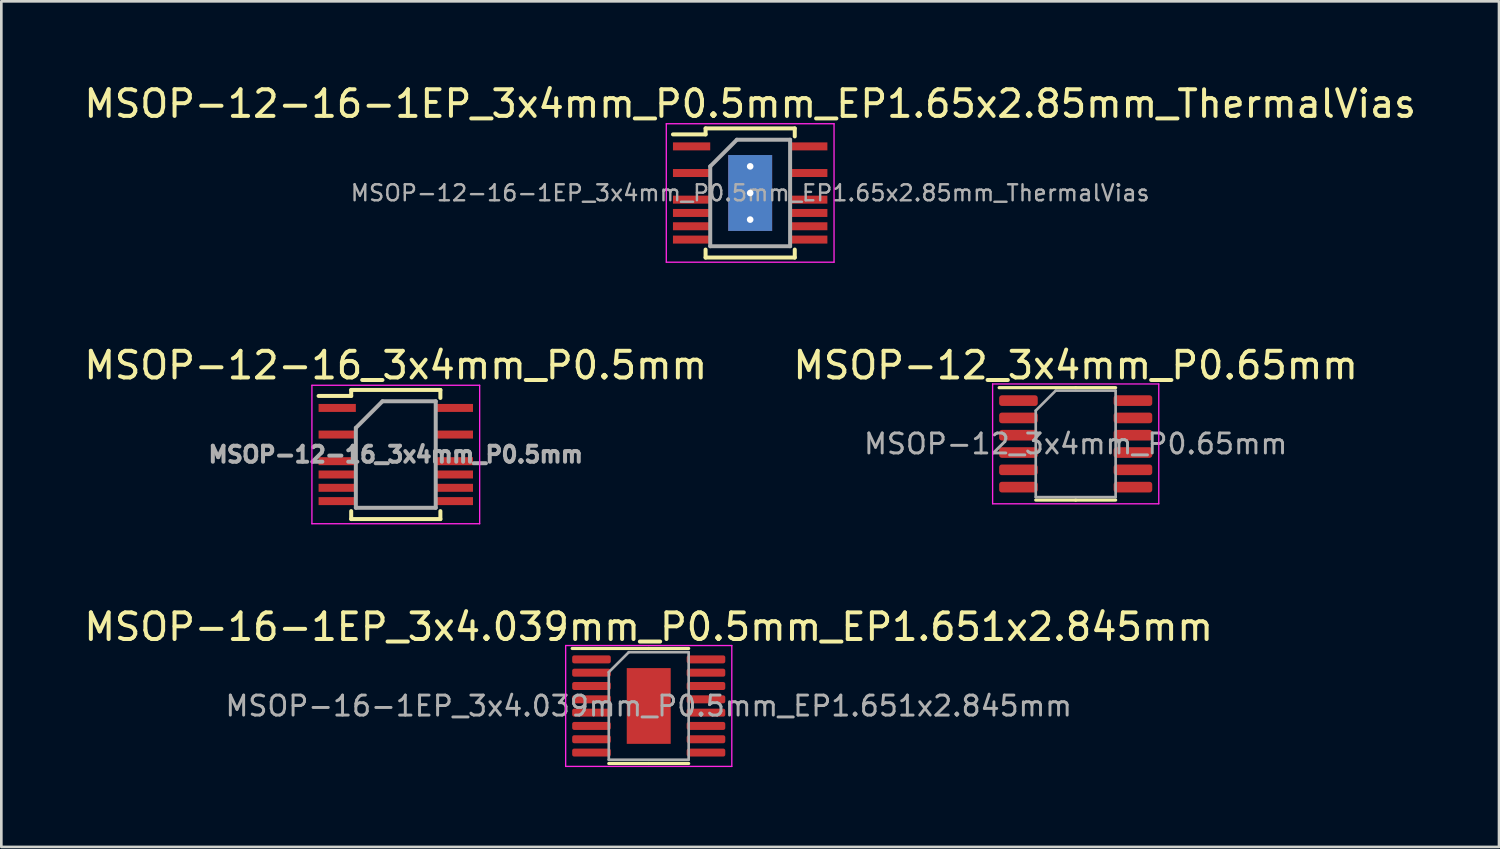
<source format=kicad_pcb>
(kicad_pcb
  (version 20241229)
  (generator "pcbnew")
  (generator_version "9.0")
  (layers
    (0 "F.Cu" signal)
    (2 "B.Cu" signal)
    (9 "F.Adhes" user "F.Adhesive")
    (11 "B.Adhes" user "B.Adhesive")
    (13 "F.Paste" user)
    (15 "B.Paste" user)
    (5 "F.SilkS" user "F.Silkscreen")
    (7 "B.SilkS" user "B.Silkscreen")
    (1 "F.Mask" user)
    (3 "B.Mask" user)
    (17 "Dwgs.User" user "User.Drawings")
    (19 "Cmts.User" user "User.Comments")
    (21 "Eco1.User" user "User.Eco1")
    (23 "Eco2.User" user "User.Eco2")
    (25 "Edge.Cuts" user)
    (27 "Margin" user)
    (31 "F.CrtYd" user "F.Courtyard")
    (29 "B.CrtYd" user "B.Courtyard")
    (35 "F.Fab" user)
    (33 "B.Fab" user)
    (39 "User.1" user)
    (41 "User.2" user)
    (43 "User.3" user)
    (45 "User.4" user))
  (footprint "MSOP-12-16_3x4mm_P0.5mm"
    (layer "F.Cu")
    (at 11.815 14.021)
    (property "Reference" "MSOP-12-16_3x4mm_P0.5mm" (at 0 -3.35 0) (layer "F.SilkS") (effects (font (size 1 1) (thickness 0.15))))
    (attr smd)
    (fp_line (start -1.675 -2.425) (end -1.675 -2.2) (stroke (width 0.15) (type solid)) (layer "F.SilkS"))
    (fp_line (start -1.675 -2.425) (end 1.675 -2.425) (stroke (width 0.15) (type solid)) (layer "F.SilkS"))
    (fp_line (start -1.675 -2.2) (end -2.9 -2.2) (stroke (width 0.15) (type solid)) (layer "F.SilkS"))
    (fp_line (start -1.675 2.425) (end -1.675 2.125) (stroke (width 0.15) (type solid)) (layer "F.SilkS"))
    (fp_line (start -1.675 2.425) (end 1.675 2.425) (stroke (width 0.15) (type solid)) (layer "F.SilkS"))
    (fp_line (start 1.675 -2.425) (end 1.675 -2.125) (stroke (width 0.15) (type solid)) (layer "F.SilkS"))
    (fp_line (start 1.675 2.425) (end 1.675 2.125) (stroke (width 0.15) (type solid)) (layer "F.SilkS"))
    (fp_line (start -3.15 -2.6) (end -3.15 2.6) (stroke (width 0.05) (type solid)) (layer "F.CrtYd"))
    (fp_line (start -3.15 -2.6) (end 3.15 -2.6) (stroke (width 0.05) (type solid)) (layer "F.CrtYd"))
    (fp_line (start -3.15 2.6) (end 3.15 2.6) (stroke (width 0.05) (type solid)) (layer "F.CrtYd"))
    (fp_line (start 3.15 -2.6) (end 3.15 2.6) (stroke (width 0.05) (type solid)) (layer "F.CrtYd"))
    (fp_line (start -1.5 -1) (end -0.5 -2) (stroke (width 0.15) (type solid)) (layer "F.Fab"))
    (fp_line (start -1.5 2) (end -1.5 -1) (stroke (width 0.15) (type solid)) (layer "F.Fab"))
    (fp_line (start -0.5 -2) (end 1.5 -2) (stroke (width 0.15) (type solid)) (layer "F.Fab"))
    (fp_line (start 1.5 -2) (end 1.5 2) (stroke (width 0.15) (type solid)) (layer "F.Fab"))
    (fp_line (start 1.5 2) (end -1.5 2) (stroke (width 0.15) (type solid)) (layer "F.Fab"))
    (fp_text user "${REFERENCE}" (at 0 0 0) (layer "F.Fab") (effects (font (size 0.6 0.6) (thickness 0.15))))
    (pad "1" smd rect (at -2.2 -1.75) (size 1.4 0.3) (layers "F.Cu" "F.Mask" "F.Paste"))
    (pad "3" smd rect (at -2.2 -0.75) (size 1.4 0.3) (layers "F.Cu" "F.Mask" "F.Paste"))
    (pad "5" smd rect (at -2.2 0.25) (size 1.4 0.3) (layers "F.Cu" "F.Mask" "F.Paste"))
    (pad "6" smd rect (at -2.2 0.75) (size 1.4 0.3) (layers "F.Cu" "F.Mask" "F.Paste"))
    (pad "7" smd rect (at -2.2 1.25) (size 1.4 0.3) (layers "F.Cu" "F.Mask" "F.Paste"))
    (pad "8" smd rect (at -2.2 1.75) (size 1.4 0.3) (layers "F.Cu" "F.Mask" "F.Paste"))
    (pad "9" smd rect (at 2.2 1.75) (size 1.4 0.3) (layers "F.Cu" "F.Mask" "F.Paste"))
    (pad "10" smd rect (at 2.2 1.25) (size 1.4 0.3) (layers "F.Cu" "F.Mask" "F.Paste"))
    (pad "11" smd rect (at 2.2 0.75) (size 1.4 0.3) (layers "F.Cu" "F.Mask" "F.Paste"))
    (pad "12" smd rect (at 2.2 0.25) (size 1.4 0.3) (layers "F.Cu" "F.Mask" "F.Paste"))
    (pad "14" smd rect (at 2.2 -0.75) (size 1.4 0.3) (layers "F.Cu" "F.Mask" "F.Paste"))
    (pad "16" smd rect (at 2.2 -1.75) (size 1.4 0.3) (layers "F.Cu" "F.Mask" "F.Paste")))
  (footprint "MSOP-16-1EP_3x4.039mm_P0.5mm_EP1.651x2.845mm"
    (layer "F.Cu")
    (at 21.315 23.465)
    (property "Reference" "MSOP-16-1EP_3x4.039mm_P0.5mm_EP1.651x2.845mm" (at 0 -2.97 0) (layer "F.SilkS") (effects (font (size 1 1) (thickness 0.15))))
    (attr smd)
    (fp_line (start 0 -2.16) (end -2.875 -2.16) (stroke (width 0.12) (type solid)) (layer "F.SilkS"))
    (fp_line (start 0 -2.16) (end 1.5 -2.16) (stroke (width 0.12) (type solid)) (layer "F.SilkS"))
    (fp_line (start 0 2.16) (end -1.5 2.16) (stroke (width 0.12) (type solid)) (layer "F.SilkS"))
    (fp_line (start 0 2.16) (end 1.5 2.16) (stroke (width 0.12) (type solid)) (layer "F.SilkS"))
    (fp_line (start -3.12 -2.27) (end -3.12 2.27) (stroke (width 0.05) (type solid)) (layer "F.CrtYd"))
    (fp_line (start -3.12 2.27) (end 3.12 2.27) (stroke (width 0.05) (type solid)) (layer "F.CrtYd"))
    (fp_line (start 3.12 -2.27) (end -3.12 -2.27) (stroke (width 0.05) (type solid)) (layer "F.CrtYd"))
    (fp_line (start 3.12 2.27) (end 3.12 -2.27) (stroke (width 0.05) (type solid)) (layer "F.CrtYd"))
    (fp_line (start -1.5 -1.27) (end -0.75 -2.019) (stroke (width 0.1) (type solid)) (layer "F.Fab"))
    (fp_line (start -1.5 2.019) (end -1.5 -1.27) (stroke (width 0.1) (type solid)) (layer "F.Fab"))
    (fp_line (start -0.75 -2.019) (end 1.5 -2.019) (stroke (width 0.1) (type solid)) (layer "F.Fab"))
    (fp_line (start 1.5 -2.019) (end 1.5 2.019) (stroke (width 0.1) (type solid)) (layer "F.Fab"))
    (fp_line (start 1.5 2.019) (end -1.5 2.019) (stroke (width 0.1) (type solid)) (layer "F.Fab"))
    (fp_text user "${REFERENCE}" (at 0 0 0) (layer "F.Fab") (effects (font (size 0.75 0.75) (thickness 0.11))))
    (pad "" smd roundrect (at -0.415 -0.71) (size 0.69 1.19) (layers "F.Paste") (roundrect_rratio 0.25))
    (pad "" smd roundrect (at -0.415 0.71) (size 0.69 1.19) (layers "F.Paste") (roundrect_rratio 0.25))
    (pad "" smd roundrect (at 0.415 -0.71) (size 0.69 1.19) (layers "F.Paste") (roundrect_rratio 0.25))
    (pad "" smd roundrect (at 0.415 0.71) (size 0.69 1.19) (layers "F.Paste") (roundrect_rratio 0.25))
    (pad "1" smd roundrect (at -2.15 -1.75) (size 1.45 0.3) (layers "F.Cu" "F.Mask" "F.Paste") (roundrect_rratio 0.25))
    (pad "2" smd roundrect (at -2.15 -1.25) (size 1.45 0.3) (layers "F.Cu" "F.Mask" "F.Paste") (roundrect_rratio 0.25))
    (pad "3" smd roundrect (at -2.15 -0.75) (size 1.45 0.3) (layers "F.Cu" "F.Mask" "F.Paste") (roundrect_rratio 0.25))
    (pad "4" smd roundrect (at -2.15 -0.25) (size 1.45 0.3) (layers "F.Cu" "F.Mask" "F.Paste") (roundrect_rratio 0.25))
    (pad "5" smd roundrect (at -2.15 0.25) (size 1.45 0.3) (layers "F.Cu" "F.Mask" "F.Paste") (roundrect_rratio 0.25))
    (pad "6" smd roundrect (at -2.15 0.75) (size 1.45 0.3) (layers "F.Cu" "F.Mask" "F.Paste") (roundrect_rratio 0.25))
    (pad "7" smd roundrect (at -2.15 1.25) (size 1.45 0.3) (layers "F.Cu" "F.Mask" "F.Paste") (roundrect_rratio 0.25))
    (pad "8" smd roundrect (at -2.15 1.75) (size 1.45 0.3) (layers "F.Cu" "F.Mask" "F.Paste") (roundrect_rratio 0.25))
    (pad "9" smd roundrect (at 2.15 1.75) (size 1.45 0.3) (layers "F.Cu" "F.Mask" "F.Paste") (roundrect_rratio 0.25))
    (pad "10" smd roundrect (at 2.15 1.25) (size 1.45 0.3) (layers "F.Cu" "F.Mask" "F.Paste") (roundrect_rratio 0.25))
    (pad "11" smd roundrect (at 2.15 0.75) (size 1.45 0.3) (layers "F.Cu" "F.Mask" "F.Paste") (roundrect_rratio 0.25))
    (pad "12" smd roundrect (at 2.15 0.25) (size 1.45 0.3) (layers "F.Cu" "F.Mask" "F.Paste") (roundrect_rratio 0.25))
    (pad "13" smd roundrect (at 2.15 -0.25) (size 1.45 0.3) (layers "F.Cu" "F.Mask" "F.Paste") (roundrect_rratio 0.25))
    (pad "14" smd roundrect (at 2.15 -0.75) (size 1.45 0.3) (layers "F.Cu" "F.Mask" "F.Paste") (roundrect_rratio 0.25))
    (pad "15" smd roundrect (at 2.15 -1.25) (size 1.45 0.3) (layers "F.Cu" "F.Mask" "F.Paste") (roundrect_rratio 0.25))
    (pad "16" smd roundrect (at 2.15 -1.75) (size 1.45 0.3) (layers "F.Cu" "F.Mask" "F.Paste") (roundrect_rratio 0.25))
    (pad "17" smd rect (at 0 0) (size 1.651 2.845) (layers "F.Cu" "F.Mask")))
  (footprint "MSOP-12-16-1EP_3x4mm_P0.5mm_EP1.65x2.85mm_ThermalVias"
    (layer "F.Cu")
    (at 25.125 4.198)
    (property "Reference" "MSOP-12-16-1EP_3x4mm_P0.5mm_EP1.65x2.85mm_ThermalVias" (at 0 -3.35 0) (layer "F.SilkS") (effects (font (size 1 1) (thickness 0.15))))
    (attr smd)
    (fp_line (start -1.675 -2.425) (end -1.675 -2.2) (stroke (width 0.15) (type solid)) (layer "F.SilkS"))
    (fp_line (start -1.675 -2.425) (end 1.675 -2.425) (stroke (width 0.15) (type solid)) (layer "F.SilkS"))
    (fp_line (start -1.675 -2.2) (end -2.9 -2.2) (stroke (width 0.15) (type solid)) (layer "F.SilkS"))
    (fp_line (start -1.675 2.425) (end -1.675 2.125) (stroke (width 0.15) (type solid)) (layer "F.SilkS"))
    (fp_line (start -1.675 2.425) (end 1.675 2.425) (stroke (width 0.15) (type solid)) (layer "F.SilkS"))
    (fp_line (start 1.675 -2.425) (end 1.675 -2.125) (stroke (width 0.15) (type solid)) (layer "F.SilkS"))
    (fp_line (start 1.675 2.425) (end 1.675 2.125) (stroke (width 0.15) (type solid)) (layer "F.SilkS"))
    (fp_line (start -3.15 -2.6) (end -3.15 2.6) (stroke (width 0.05) (type solid)) (layer "F.CrtYd"))
    (fp_line (start -3.15 -2.6) (end 3.15 -2.6) (stroke (width 0.05) (type solid)) (layer "F.CrtYd"))
    (fp_line (start -3.15 2.6) (end 3.15 2.6) (stroke (width 0.05) (type solid)) (layer "F.CrtYd"))
    (fp_line (start 3.15 -2.6) (end 3.15 2.6) (stroke (width 0.05) (type solid)) (layer "F.CrtYd"))
    (fp_line (start -1.5 -1) (end -0.5 -2) (stroke (width 0.15) (type solid)) (layer "F.Fab"))
    (fp_line (start -1.5 2) (end -1.5 -1) (stroke (width 0.15) (type solid)) (layer "F.Fab"))
    (fp_line (start -0.5 -2) (end 1.5 -2) (stroke (width 0.15) (type solid)) (layer "F.Fab"))
    (fp_line (start 1.5 -2) (end 1.5 2) (stroke (width 0.15) (type solid)) (layer "F.Fab"))
    (fp_line (start 1.5 2) (end -1.5 2) (stroke (width 0.15) (type solid)) (layer "F.Fab"))
    (fp_text user "${REFERENCE}" (at 0 0 0) (layer "F.Fab") (effects (font (size 0.6 0.6) (thickness 0.09))))
    (pad "" smd rect (at -0.45 -1.25) (size 0.65 0.25) (layers "F.Paste"))
    (pad "" smd rect (at -0.45 -0.5) (size 0.65 0.8) (layers "F.Paste"))
    (pad "" smd rect (at -0.45 0.5) (size 0.65 0.8) (layers "F.Paste"))
    (pad "" smd rect (at -0.45 1.25) (size 0.65 0.25) (layers "F.Paste"))
    (pad "" smd rect (at 0.45 -1.25) (size 0.65 0.25) (layers "F.Paste"))
    (pad "" smd rect (at 0.45 -0.5) (size 0.65 0.8) (layers "F.Paste"))
    (pad "" smd rect (at 0.45 0.5) (size 0.65 0.8) (layers "F.Paste"))
    (pad "" smd rect (at 0.45 1.25) (size 0.65 0.25) (layers "F.Paste"))
    (pad "1" smd rect (at -2.2 -1.75) (size 1.4 0.3) (layers "F.Cu" "F.Mask" "F.Paste"))
    (pad "3" smd rect (at -2.2 -0.75) (size 1.4 0.3) (layers "F.Cu" "F.Mask" "F.Paste"))
    (pad "5" smd rect (at -2.2 0.25) (size 1.4 0.3) (layers "F.Cu" "F.Mask" "F.Paste"))
    (pad "6" smd rect (at -2.2 0.75) (size 1.4 0.3) (layers "F.Cu" "F.Mask" "F.Paste"))
    (pad "7" smd rect (at -2.2 1.25) (size 1.4 0.3) (layers "F.Cu" "F.Mask" "F.Paste"))
    (pad "8" smd rect (at -2.2 1.75) (size 1.4 0.3) (layers "F.Cu" "F.Mask" "F.Paste"))
    (pad "9" smd rect (at 2.2 1.75) (size 1.4 0.3) (layers "F.Cu" "F.Mask" "F.Paste"))
    (pad "10" smd rect (at 2.2 1.25) (size 1.4 0.3) (layers "F.Cu" "F.Mask" "F.Paste"))
    (pad "11" smd rect (at 2.2 0.75) (size 1.4 0.3) (layers "F.Cu" "F.Mask" "F.Paste"))
    (pad "12" smd rect (at 2.2 0.25) (size 1.4 0.3) (layers "F.Cu" "F.Mask" "F.Paste"))
    (pad "14" smd rect (at 2.2 -0.75) (size 1.4 0.3) (layers "F.Cu" "F.Mask" "F.Paste"))
    (pad "16" smd rect (at 2.2 -1.75) (size 1.4 0.3) (layers "F.Cu" "F.Mask" "F.Paste"))
    (pad "17" thru_hole circle (at 0 -1) (size 0.65 0.65) (drill 0.25) (layers "*.Cu"))
    (pad "17" thru_hole circle (at 0 0) (size 0.65 0.65) (drill 0.25) (layers "*.Cu"))
    (pad "17" smd rect (at 0 0) (size 1.65 2.85) (layers "F.Cu" "F.Mask" "F.Paste"))
    (pad "17" smd rect (at 0 0) (size 1.65 2.85) (layers "B.Cu"))
    (pad "17" thru_hole circle (at 0 1) (size 0.65 0.65) (drill 0.25) (layers "*.Cu")))
  (footprint "MSOP-12_3x4mm_P0.65mm"
    (layer "F.Cu")
    (at 37.351 13.621)
    (property "Reference" "MSOP-12_3x4mm_P0.65mm" (at 0 -2.95 0) (layer "F.SilkS") (effects (font (size 1 1) (thickness 0.15))))
    (attr smd)
    (fp_line (start 0 -2.11) (end -2.875 -2.11) (stroke (width 0.12) (type solid)) (layer "F.SilkS"))
    (fp_line (start 0 -2.11) (end 1.5 -2.11) (stroke (width 0.12) (type solid)) (layer "F.SilkS"))
    (fp_line (start 0 2.11) (end -1.5 2.11) (stroke (width 0.12) (type solid)) (layer "F.SilkS"))
    (fp_line (start 0 2.11) (end 1.5 2.11) (stroke (width 0.12) (type solid)) (layer "F.SilkS"))
    (fp_line (start -3.12 -2.25) (end -3.12 2.25) (stroke (width 0.05) (type solid)) (layer "F.CrtYd"))
    (fp_line (start -3.12 2.25) (end 3.12 2.25) (stroke (width 0.05) (type solid)) (layer "F.CrtYd"))
    (fp_line (start 3.12 -2.25) (end -3.12 -2.25) (stroke (width 0.05) (type solid)) (layer "F.CrtYd"))
    (fp_line (start 3.12 2.25) (end 3.12 -2.25) (stroke (width 0.05) (type solid)) (layer "F.CrtYd"))
    (fp_line (start -1.5 -1.25) (end -0.75 -2) (stroke (width 0.1) (type solid)) (layer "F.Fab"))
    (fp_line (start -1.5 2) (end -1.5 -1.25) (stroke (width 0.1) (type solid)) (layer "F.Fab"))
    (fp_line (start -0.75 -2) (end 1.5 -2) (stroke (width 0.1) (type solid)) (layer "F.Fab"))
    (fp_line (start 1.5 -2) (end 1.5 2) (stroke (width 0.1) (type solid)) (layer "F.Fab"))
    (fp_line (start 1.5 2) (end -1.5 2) (stroke (width 0.1) (type solid)) (layer "F.Fab"))
    (fp_text user "${REFERENCE}" (at 0 0 0) (layer "F.Fab") (effects (font (size 0.75 0.75) (thickness 0.11))))
    (pad "1" smd roundrect (at -2.15 -1.625) (size 1.45 0.4) (layers "F.Cu" "F.Mask" "F.Paste") (roundrect_rratio 0.25))
    (pad "2" smd roundrect (at -2.15 -0.975) (size 1.45 0.4) (layers "F.Cu" "F.Mask" "F.Paste") (roundrect_rratio 0.25))
    (pad "3" smd roundrect (at -2.15 -0.325) (size 1.45 0.4) (layers "F.Cu" "F.Mask" "F.Paste") (roundrect_rratio 0.25))
    (pad "4" smd roundrect (at -2.15 0.325) (size 1.45 0.4) (layers "F.Cu" "F.Mask" "F.Paste") (roundrect_rratio 0.25))
    (pad "5" smd roundrect (at -2.15 0.975) (size 1.45 0.4) (layers "F.Cu" "F.Mask" "F.Paste") (roundrect_rratio 0.25))
    (pad "6" smd roundrect (at -2.15 1.625) (size 1.45 0.4) (layers "F.Cu" "F.Mask" "F.Paste") (roundrect_rratio 0.25))
    (pad "7" smd roundrect (at 2.15 1.625) (size 1.45 0.4) (layers "F.Cu" "F.Mask" "F.Paste") (roundrect_rratio 0.25))
    (pad "8" smd roundrect (at 2.15 0.975) (size 1.45 0.4) (layers "F.Cu" "F.Mask" "F.Paste") (roundrect_rratio 0.25))
    (pad "9" smd roundrect (at 2.15 0.325) (size 1.45 0.4) (layers "F.Cu" "F.Mask" "F.Paste") (roundrect_rratio 0.25))
    (pad "10" smd roundrect (at 2.15 -0.325) (size 1.45 0.4) (layers "F.Cu" "F.Mask" "F.Paste") (roundrect_rratio 0.25))
    (pad "11" smd roundrect (at 2.15 -0.975) (size 1.45 0.4) (layers "F.Cu" "F.Mask" "F.Paste") (roundrect_rratio 0.25))
    (pad "12" smd roundrect (at 2.15 -1.625) (size 1.45 0.4) (layers "F.Cu" "F.Mask" "F.Paste") (roundrect_rratio 0.25)))
  (gr_rect
    (start -3 -3)
    (end 53.25 28.76)
    (stroke (width 0.1) (type default))
    (fill no)
    (layer "Edge.Cuts")))
</source>
